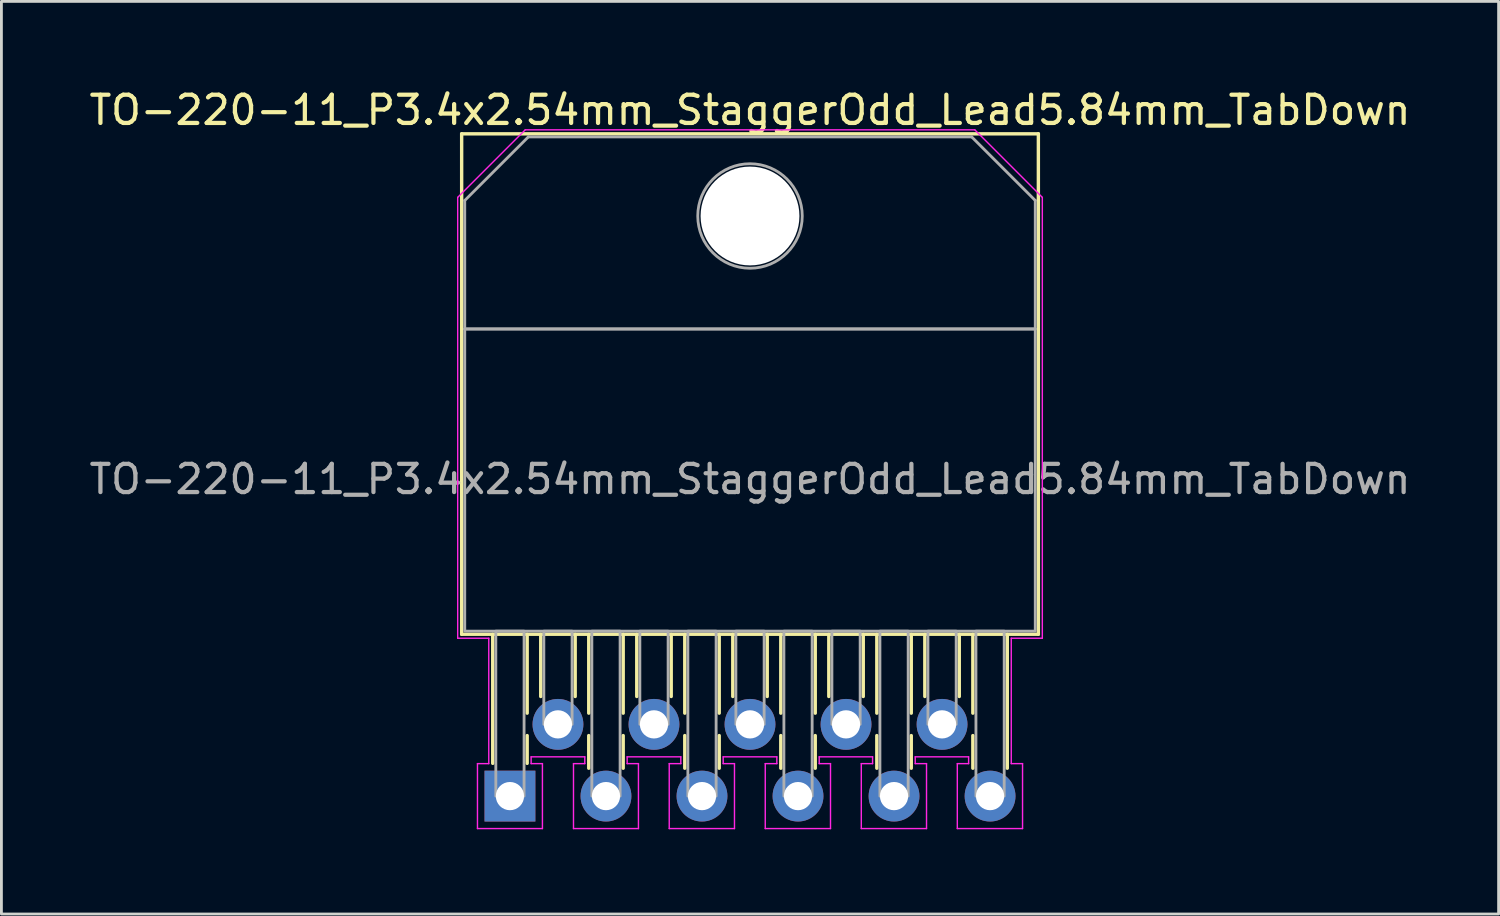
<source format=kicad_pcb>
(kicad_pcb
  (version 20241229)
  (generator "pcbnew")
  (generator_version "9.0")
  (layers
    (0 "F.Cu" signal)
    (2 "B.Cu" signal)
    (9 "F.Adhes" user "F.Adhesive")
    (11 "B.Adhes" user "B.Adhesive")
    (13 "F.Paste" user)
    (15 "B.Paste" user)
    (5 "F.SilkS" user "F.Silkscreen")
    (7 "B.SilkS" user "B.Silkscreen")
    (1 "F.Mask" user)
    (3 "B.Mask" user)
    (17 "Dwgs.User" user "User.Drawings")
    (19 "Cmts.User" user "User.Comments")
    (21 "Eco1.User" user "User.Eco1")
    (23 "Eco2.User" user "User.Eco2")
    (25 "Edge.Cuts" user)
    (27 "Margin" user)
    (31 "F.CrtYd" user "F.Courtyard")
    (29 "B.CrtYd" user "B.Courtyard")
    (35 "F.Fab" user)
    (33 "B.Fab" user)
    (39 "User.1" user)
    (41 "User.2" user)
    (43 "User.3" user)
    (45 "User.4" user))
  (footprint "TO-220-11_P3.4x2.54mm_StaggerOdd_Lead5.84mm_TabDown"
    (layer "F.Cu")
    (at 15.006 25.138)
    (property "Reference" "TO-220-11_P3.4x2.54mm_StaggerOdd_Lead5.84mm_TabDown" (at 8.5 -24.29 0) (layer "F.SilkS") (effects (font (size 1 1) (thickness 0.15))))
    (attr through_hole)
    (fp_line (start -1.71 -23.45) (end 18.71 -23.45) (stroke (width 0.12) (type solid)) (layer "F.SilkS"))
    (fp_line (start -1.71 -5.73) (end -1.71 -23.45) (stroke (width 0.12) (type solid)) (layer "F.SilkS"))
    (fp_line (start -1.71 -5.73) (end 18.71 -5.73) (stroke (width 0.12) (type solid)) (layer "F.SilkS"))
    (fp_line (start -0.61 -5.73) (end -0.61 -1.16) (stroke (width 0.12) (type solid)) (layer "F.SilkS"))
    (fp_line (start 0.61 -5.73) (end 0.61 -2.937) (stroke (width 0.12) (type solid)) (layer "F.SilkS"))
    (fp_line (start 0.61 -2.143) (end 0.61 -1.16) (stroke (width 0.12) (type solid)) (layer "F.SilkS"))
    (fp_line (start 1.09 -5.73) (end 1.09 -3.527) (stroke (width 0.12) (type solid)) (layer "F.SilkS"))
    (fp_line (start 2.31 -5.73) (end 2.31 -3.527) (stroke (width 0.12) (type solid)) (layer "F.SilkS"))
    (fp_line (start 2.79 -5.73) (end 2.79 -2.937) (stroke (width 0.12) (type solid)) (layer "F.SilkS"))
    (fp_line (start 2.79 -2.143) (end 2.79 -0.987) (stroke (width 0.12) (type solid)) (layer "F.SilkS"))
    (fp_line (start 4.01 -5.73) (end 4.01 -2.937) (stroke (width 0.12) (type solid)) (layer "F.SilkS"))
    (fp_line (start 4.01 -2.143) (end 4.01 -0.987) (stroke (width 0.12) (type solid)) (layer "F.SilkS"))
    (fp_line (start 4.49 -5.73) (end 4.49 -3.527) (stroke (width 0.12) (type solid)) (layer "F.SilkS"))
    (fp_line (start 5.71 -5.73) (end 5.71 -3.527) (stroke (width 0.12) (type solid)) (layer "F.SilkS"))
    (fp_line (start 6.19 -5.73) (end 6.19 -2.937) (stroke (width 0.12) (type solid)) (layer "F.SilkS"))
    (fp_line (start 6.19 -2.143) (end 6.19 -0.987) (stroke (width 0.12) (type solid)) (layer "F.SilkS"))
    (fp_line (start 7.41 -5.73) (end 7.41 -2.937) (stroke (width 0.12) (type solid)) (layer "F.SilkS"))
    (fp_line (start 7.41 -2.143) (end 7.41 -0.987) (stroke (width 0.12) (type solid)) (layer "F.SilkS"))
    (fp_line (start 7.89 -5.73) (end 7.89 -3.527) (stroke (width 0.12) (type solid)) (layer "F.SilkS"))
    (fp_line (start 9.11 -5.73) (end 9.11 -3.527) (stroke (width 0.12) (type solid)) (layer "F.SilkS"))
    (fp_line (start 9.59 -5.73) (end 9.59 -2.937) (stroke (width 0.12) (type solid)) (layer "F.SilkS"))
    (fp_line (start 9.59 -2.143) (end 9.59 -0.987) (stroke (width 0.12) (type solid)) (layer "F.SilkS"))
    (fp_line (start 10.81 -5.73) (end 10.81 -2.937) (stroke (width 0.12) (type solid)) (layer "F.SilkS"))
    (fp_line (start 10.81 -2.143) (end 10.81 -0.987) (stroke (width 0.12) (type solid)) (layer "F.SilkS"))
    (fp_line (start 11.29 -5.73) (end 11.29 -3.527) (stroke (width 0.12) (type solid)) (layer "F.SilkS"))
    (fp_line (start 12.51 -5.73) (end 12.51 -3.527) (stroke (width 0.12) (type solid)) (layer "F.SilkS"))
    (fp_line (start 12.99 -5.73) (end 12.99 -2.937) (stroke (width 0.12) (type solid)) (layer "F.SilkS"))
    (fp_line (start 12.99 -2.143) (end 12.99 -0.987) (stroke (width 0.12) (type solid)) (layer "F.SilkS"))
    (fp_line (start 14.21 -5.73) (end 14.21 -2.937) (stroke (width 0.12) (type solid)) (layer "F.SilkS"))
    (fp_line (start 14.21 -2.143) (end 14.21 -0.987) (stroke (width 0.12) (type solid)) (layer "F.SilkS"))
    (fp_line (start 14.69 -5.73) (end 14.69 -3.527) (stroke (width 0.12) (type solid)) (layer "F.SilkS"))
    (fp_line (start 15.91 -5.73) (end 15.91 -3.527) (stroke (width 0.12) (type solid)) (layer "F.SilkS"))
    (fp_line (start 16.39 -5.73) (end 16.39 -2.937) (stroke (width 0.12) (type solid)) (layer "F.SilkS"))
    (fp_line (start 16.39 -2.143) (end 16.39 -0.987) (stroke (width 0.12) (type solid)) (layer "F.SilkS"))
    (fp_line (start 17.61 -5.73) (end 17.61 -0.987) (stroke (width 0.12) (type solid)) (layer "F.SilkS"))
    (fp_line (start 18.71 -5.73) (end 18.71 -23.45) (stroke (width 0.12) (type solid)) (layer "F.SilkS"))
    (fp_line (start -1.85 -21.2) (end 0.54 -23.59) (stroke (width 0.05) (type solid)) (layer "F.CrtYd"))
    (fp_line (start -1.85 -5.59) (end -1.85 -21.2) (stroke (width 0.05) (type solid)) (layer "F.CrtYd"))
    (fp_line (start -1.15 -1.15) (end -0.75 -1.15) (stroke (width 0.05) (type solid)) (layer "F.CrtYd"))
    (fp_line (start -1.15 1.15) (end -1.15 -1.15) (stroke (width 0.05) (type solid)) (layer "F.CrtYd"))
    (fp_line (start -0.75 -5.59) (end -1.85 -5.59) (stroke (width 0.05) (type solid)) (layer "F.CrtYd"))
    (fp_line (start -0.75 -1.15) (end -0.75 -5.59) (stroke (width 0.05) (type solid)) (layer "F.CrtYd"))
    (fp_line (start 0.54 -23.59) (end 16.46 -23.59) (stroke (width 0.05) (type solid)) (layer "F.CrtYd"))
    (fp_line (start 0.75 -1.39) (end 0.75 -1.15) (stroke (width 0.05) (type solid)) (layer "F.CrtYd"))
    (fp_line (start 0.75 -1.15) (end 1.15 -1.15) (stroke (width 0.05) (type solid)) (layer "F.CrtYd"))
    (fp_line (start 1.15 -1.15) (end 1.15 1.15) (stroke (width 0.05) (type solid)) (layer "F.CrtYd"))
    (fp_line (start 1.15 1.15) (end -1.15 1.15) (stroke (width 0.05) (type solid)) (layer "F.CrtYd"))
    (fp_line (start 2.25 -1.15) (end 2.65 -1.15) (stroke (width 0.05) (type solid)) (layer "F.CrtYd"))
    (fp_line (start 2.25 1.15) (end 2.25 -1.15) (stroke (width 0.05) (type solid)) (layer "F.CrtYd"))
    (fp_line (start 2.65 -1.39) (end 0.75 -1.39) (stroke (width 0.05) (type solid)) (layer "F.CrtYd"))
    (fp_line (start 2.65 -1.15) (end 2.65 -1.39) (stroke (width 0.05) (type solid)) (layer "F.CrtYd"))
    (fp_line (start 4.15 -1.39) (end 4.15 -1.15) (stroke (width 0.05) (type solid)) (layer "F.CrtYd"))
    (fp_line (start 4.15 -1.15) (end 4.55 -1.15) (stroke (width 0.05) (type solid)) (layer "F.CrtYd"))
    (fp_line (start 4.55 -1.15) (end 4.55 1.15) (stroke (width 0.05) (type solid)) (layer "F.CrtYd"))
    (fp_line (start 4.55 1.15) (end 2.25 1.15) (stroke (width 0.05) (type solid)) (layer "F.CrtYd"))
    (fp_line (start 5.64 -1.15) (end 6.05 -1.15) (stroke (width 0.05) (type solid)) (layer "F.CrtYd"))
    (fp_line (start 5.64 1.15) (end 5.64 -1.15) (stroke (width 0.05) (type solid)) (layer "F.CrtYd"))
    (fp_line (start 6.05 -1.39) (end 4.15 -1.39) (stroke (width 0.05) (type solid)) (layer "F.CrtYd"))
    (fp_line (start 6.05 -1.15) (end 6.05 -1.39) (stroke (width 0.05) (type solid)) (layer "F.CrtYd"))
    (fp_line (start 7.55 -1.39) (end 7.55 -1.15) (stroke (width 0.05) (type solid)) (layer "F.CrtYd"))
    (fp_line (start 7.55 -1.15) (end 7.95 -1.15) (stroke (width 0.05) (type solid)) (layer "F.CrtYd"))
    (fp_line (start 7.95 -1.15) (end 7.95 1.15) (stroke (width 0.05) (type solid)) (layer "F.CrtYd"))
    (fp_line (start 7.95 1.15) (end 5.64 1.15) (stroke (width 0.05) (type solid)) (layer "F.CrtYd"))
    (fp_line (start 9.04 -1.15) (end 9.45 -1.15) (stroke (width 0.05) (type solid)) (layer "F.CrtYd"))
    (fp_line (start 9.04 1.15) (end 9.04 -1.15) (stroke (width 0.05) (type solid)) (layer "F.CrtYd"))
    (fp_line (start 9.45 -1.39) (end 7.55 -1.39) (stroke (width 0.05) (type solid)) (layer "F.CrtYd"))
    (fp_line (start 9.45 -1.15) (end 9.45 -1.39) (stroke (width 0.05) (type solid)) (layer "F.CrtYd"))
    (fp_line (start 10.95 -1.39) (end 10.95 -1.15) (stroke (width 0.05) (type solid)) (layer "F.CrtYd"))
    (fp_line (start 10.95 -1.15) (end 11.35 -1.15) (stroke (width 0.05) (type solid)) (layer "F.CrtYd"))
    (fp_line (start 11.35 -1.15) (end 11.35 1.15) (stroke (width 0.05) (type solid)) (layer "F.CrtYd"))
    (fp_line (start 11.35 1.15) (end 9.04 1.15) (stroke (width 0.05) (type solid)) (layer "F.CrtYd"))
    (fp_line (start 12.44 -1.15) (end 12.84 -1.15) (stroke (width 0.05) (type solid)) (layer "F.CrtYd"))
    (fp_line (start 12.44 1.15) (end 12.44 -1.15) (stroke (width 0.05) (type solid)) (layer "F.CrtYd"))
    (fp_line (start 12.84 -1.39) (end 10.95 -1.39) (stroke (width 0.05) (type solid)) (layer "F.CrtYd"))
    (fp_line (start 12.84 -1.15) (end 12.84 -1.39) (stroke (width 0.05) (type solid)) (layer "F.CrtYd"))
    (fp_line (start 14.35 -1.39) (end 14.35 -1.15) (stroke (width 0.05) (type solid)) (layer "F.CrtYd"))
    (fp_line (start 14.35 -1.15) (end 14.75 -1.15) (stroke (width 0.05) (type solid)) (layer "F.CrtYd"))
    (fp_line (start 14.75 -1.15) (end 14.75 1.15) (stroke (width 0.05) (type solid)) (layer "F.CrtYd"))
    (fp_line (start 14.75 1.15) (end 12.44 1.15) (stroke (width 0.05) (type solid)) (layer "F.CrtYd"))
    (fp_line (start 15.84 -1.15) (end 16.24 -1.15) (stroke (width 0.05) (type solid)) (layer "F.CrtYd"))
    (fp_line (start 15.84 1.15) (end 15.84 -1.15) (stroke (width 0.05) (type solid)) (layer "F.CrtYd"))
    (fp_line (start 16.24 -1.39) (end 14.35 -1.39) (stroke (width 0.05) (type solid)) (layer "F.CrtYd"))
    (fp_line (start 16.24 -1.15) (end 16.24 -1.39) (stroke (width 0.05) (type solid)) (layer "F.CrtYd"))
    (fp_line (start 16.46 -23.59) (end 18.85 -21.2) (stroke (width 0.05) (type solid)) (layer "F.CrtYd"))
    (fp_line (start 17.75 -5.59) (end 17.75 -1.15) (stroke (width 0.05) (type solid)) (layer "F.CrtYd"))
    (fp_line (start 17.75 -1.15) (end 18.15 -1.15) (stroke (width 0.05) (type solid)) (layer "F.CrtYd"))
    (fp_line (start 18.15 -1.15) (end 18.15 1.15) (stroke (width 0.05) (type solid)) (layer "F.CrtYd"))
    (fp_line (start 18.15 1.15) (end 15.84 1.15) (stroke (width 0.05) (type solid)) (layer "F.CrtYd"))
    (fp_line (start 18.85 -21.2) (end 18.85 -5.59) (stroke (width 0.05) (type solid)) (layer "F.CrtYd"))
    (fp_line (start 18.85 -5.59) (end 17.75 -5.59) (stroke (width 0.05) (type solid)) (layer "F.CrtYd"))
    (fp_line (start -1.6 -21.09) (end 0.65 -23.34) (stroke (width 0.1) (type solid)) (layer "F.Fab"))
    (fp_line (start -1.6 -16.54) (end -1.6 -21.09) (stroke (width 0.1) (type solid)) (layer "F.Fab"))
    (fp_line (start 0.65 -23.34) (end 16.35 -23.34) (stroke (width 0.1) (type solid)) (layer "F.Fab"))
    (fp_line (start 16.35 -23.34) (end 18.6 -21.09) (stroke (width 0.1) (type solid)) (layer "F.Fab"))
    (fp_line (start 18.6 -21.09) (end 18.6 -16.54) (stroke (width 0.1) (type solid)) (layer "F.Fab"))
    (fp_line (start 18.6 -16.54) (end -1.6 -16.54) (stroke (width 0.1) (type solid)) (layer "F.Fab"))
    (fp_rect (start -1.6 -5.84) (end 18.6 -16.54) (stroke (width 0.1) (type solid)) (fill no) (layer "F.Fab"))
    (fp_rect (start -0.5 -5.84) (end 0.5 0) (stroke (width 0.1) (type solid)) (fill no) (layer "F.Fab"))
    (fp_rect (start 1.2 -5.84) (end 2.2 -2.54) (stroke (width 0.1) (type solid)) (fill no) (layer "F.Fab"))
    (fp_rect (start 2.9 -5.84) (end 3.9 0) (stroke (width 0.1) (type solid)) (fill no) (layer "F.Fab"))
    (fp_rect (start 4.6 -5.84) (end 5.6 -2.54) (stroke (width 0.1) (type solid)) (fill no) (layer "F.Fab"))
    (fp_rect (start 6.3 -5.84) (end 7.3 0) (stroke (width 0.1) (type solid)) (fill no) (layer "F.Fab"))
    (fp_rect (start 8 -5.84) (end 9 -2.54) (stroke (width 0.1) (type solid)) (fill no) (layer "F.Fab"))
    (fp_rect (start 9.7 -5.84) (end 10.7 0) (stroke (width 0.1) (type solid)) (fill no) (layer "F.Fab"))
    (fp_rect (start 11.4 -5.84) (end 12.4 -2.54) (stroke (width 0.1) (type solid)) (fill no) (layer "F.Fab"))
    (fp_rect (start 13.1 -5.84) (end 14.1 0) (stroke (width 0.1) (type solid)) (fill no) (layer "F.Fab"))
    (fp_rect (start 14.8 -5.84) (end 15.8 -2.54) (stroke (width 0.1) (type solid)) (fill no) (layer "F.Fab"))
    (fp_rect (start 16.5 -5.84) (end 17.5 0) (stroke (width 0.1) (type solid)) (fill no) (layer "F.Fab"))
    (fp_circle (center 8.5 -20.54) (end 10.35 -20.54) (stroke (width 0.1) (type solid)) (fill no) (layer "F.Fab"))
    (fp_text user "${REFERENCE}" (at 8.5 -11.22 0) (layer "F.Fab") (effects (font (size 1 1) (thickness 0.15))))
    (pad "" np_thru_hole circle (at 8.5 -20.54) (size 3.5 3.5) (drill 3.5) (layers "*.Cu" "*.Mask"))
    (pad "1" thru_hole rect (at 0 0) (size 1.8 1.8) (drill 1) (layers "*.Cu" "*.Mask"))
    (pad "2" thru_hole circle (at 1.7 -2.54) (size 1.8 1.8) (drill 1) (layers "*.Cu" "*.Mask"))
    (pad "3" thru_hole circle (at 3.4 0) (size 1.8 1.8) (drill 1) (layers "*.Cu" "*.Mask"))
    (pad "4" thru_hole circle (at 5.1 -2.54) (size 1.8 1.8) (drill 1) (layers "*.Cu" "*.Mask"))
    (pad "5" thru_hole circle (at 6.8 0) (size 1.8 1.8) (drill 1) (layers "*.Cu" "*.Mask"))
    (pad "6" thru_hole circle (at 8.5 -2.54) (size 1.8 1.8) (drill 1) (layers "*.Cu" "*.Mask"))
    (pad "7" thru_hole circle (at 10.2 0) (size 1.8 1.8) (drill 1) (layers "*.Cu" "*.Mask"))
    (pad "8" thru_hole circle (at 11.9 -2.54) (size 1.8 1.8) (drill 1) (layers "*.Cu" "*.Mask"))
    (pad "9" thru_hole circle (at 13.6 0) (size 1.8 1.8) (drill 1) (layers "*.Cu" "*.Mask"))
    (pad "10" thru_hole circle (at 15.3 -2.54) (size 1.8 1.8) (drill 1) (layers "*.Cu" "*.Mask"))
    (pad "11" thru_hole circle (at 17 0) (size 1.8 1.8) (drill 1) (layers "*.Cu" "*.Mask")))
  (gr_rect
    (start -3 -3)
    (end 50.012 29.313)
    (stroke (width 0.1) (type default))
    (fill no)
    (layer "Edge.Cuts")))
</source>
